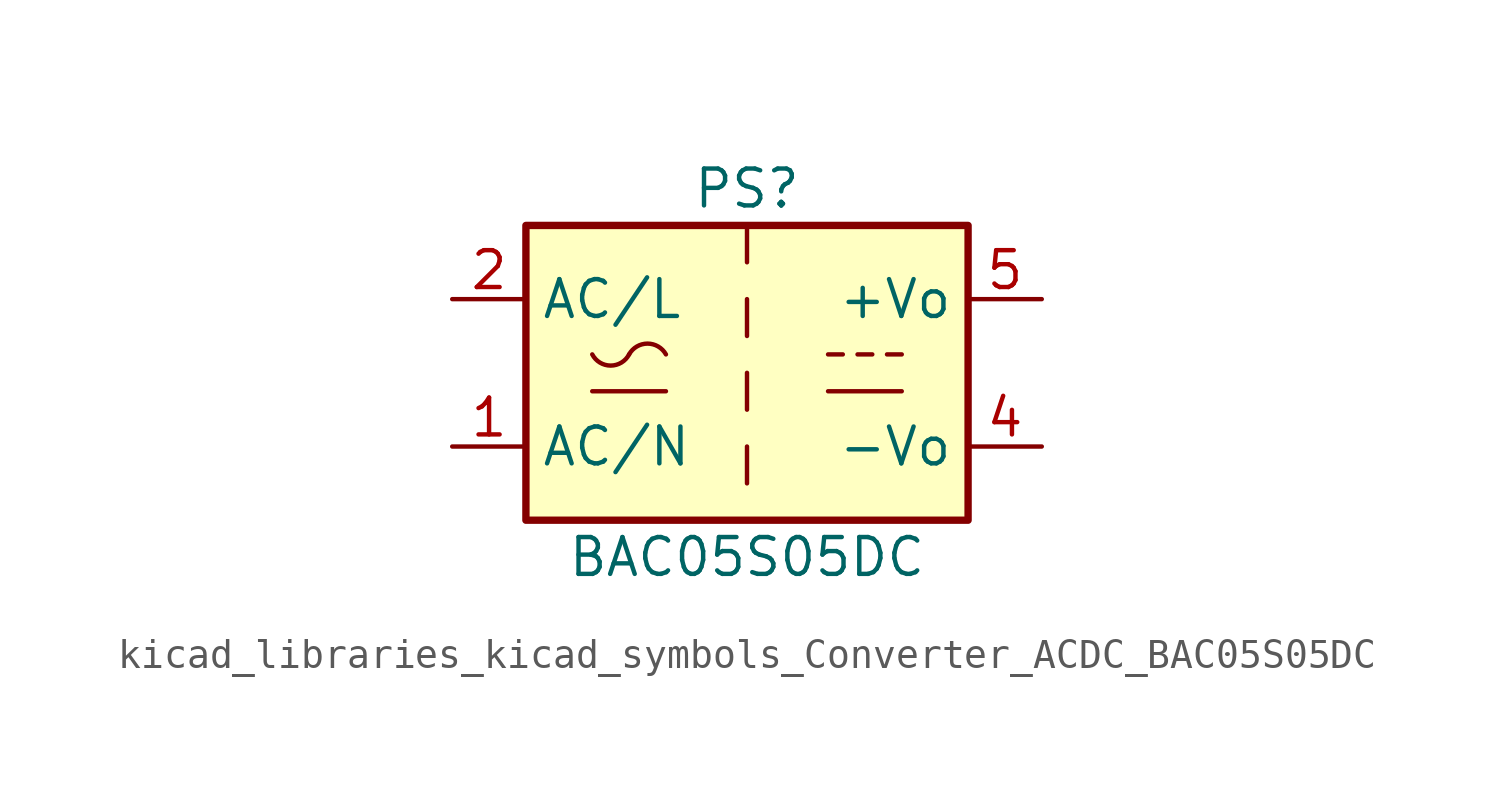
<source format=kicad_sym>
(kicad_symbol_lib
  (version 20220914)
  (generator kicad_symbol_editor)
  (symbol "kicad_libraries_kicad_symbols_Converter_ACDC_BAC05S05DC"
    (property "Reference" "PS"
      (at 0 6.35 0)
      (effects (font (size 1.27 1.27))))
    (property "Value" "BAC05S05DC"
      (at 0 -6.35 0)
      (effects (font (size 1.27 1.27))))
    (symbol "kicad_libraries_kicad_symbols_Converter_ACDC_BAC05S05DC_0_1"
      (rectangle (start -7.62 5.08) (end 7.62 -5.08) (stroke (width 0.254) (type default)) (fill (type background)))
      (arc (start -5.334 0.635) (mid -4.699 0.2495) (end -4.064 0.635) (stroke (width 0) (type default)) (fill (type none)))
      (arc (start -2.794 0.635) (mid -3.429 1.0072) (end -4.064 0.635) (stroke (width 0) (type default)) (fill (type none)))
      (polyline (pts (xy -5.334 -0.635) (xy -2.794 -0.635)) (stroke (width 0) (type default)) (fill (type none)))
      (polyline (pts (xy 0 -2.54) (xy 0 -3.81)) (stroke (width 0) (type default)) (fill (type none)))
      (polyline (pts (xy 0 0) (xy 0 -1.27)) (stroke (width 0) (type default)) (fill (type none)))
      (polyline (pts (xy 0 2.54) (xy 0 1.27)) (stroke (width 0) (type default)) (fill (type none)))
      (polyline (pts (xy 0 5.08) (xy 0 3.81)) (stroke (width 0) (type default)) (fill (type none)))
      (polyline (pts (xy 2.794 -0.635) (xy 5.334 -0.635)) (stroke (width 0) (type default)) (fill (type none)))
      (polyline (pts (xy 2.794 0.635) (xy 3.302 0.635)) (stroke (width 0) (type default)) (fill (type none)))
      (polyline (pts (xy 3.81 0.635) (xy 4.318 0.635)) (stroke (width 0) (type default)) (fill (type none)))
      (polyline (pts (xy 4.826 0.635) (xy 5.334 0.635)) (stroke (width 0) (type default)) (fill (type none))))
    (symbol "kicad_libraries_kicad_symbols_Converter_ACDC_BAC05S05DC_1_1"
      (pin power_in line (at -10.16 -2.54 0) (length 2.54) (name "AC/N" (effects (font (size 1.27 1.27)))) (number "1" (effects (font (size 1.27 1.27)))))
      (pin power_in line (at -10.16 2.54 0) (length 2.54) (name "AC/L" (effects (font (size 1.27 1.27)))) (number "2" (effects (font (size 1.27 1.27)))))
      (pin no_connect line (at 7.62 0 180) (length 2.54) hide (name "NC" (effects (font (size 1.27 1.27)))) (number "3" (effects (font (size 1.27 1.27)))))
      (pin power_out line (at 10.16 -2.54 180) (length 2.54) (name "-Vo" (effects (font (size 1.27 1.27)))) (number "4" (effects (font (size 1.27 1.27)))))
      (pin power_out line (at 10.16 2.54 180) (length 2.54) (name "+Vo" (effects (font (size 1.27 1.27)))) (number "5" (effects (font (size 1.27 1.27))))))))
</source>
